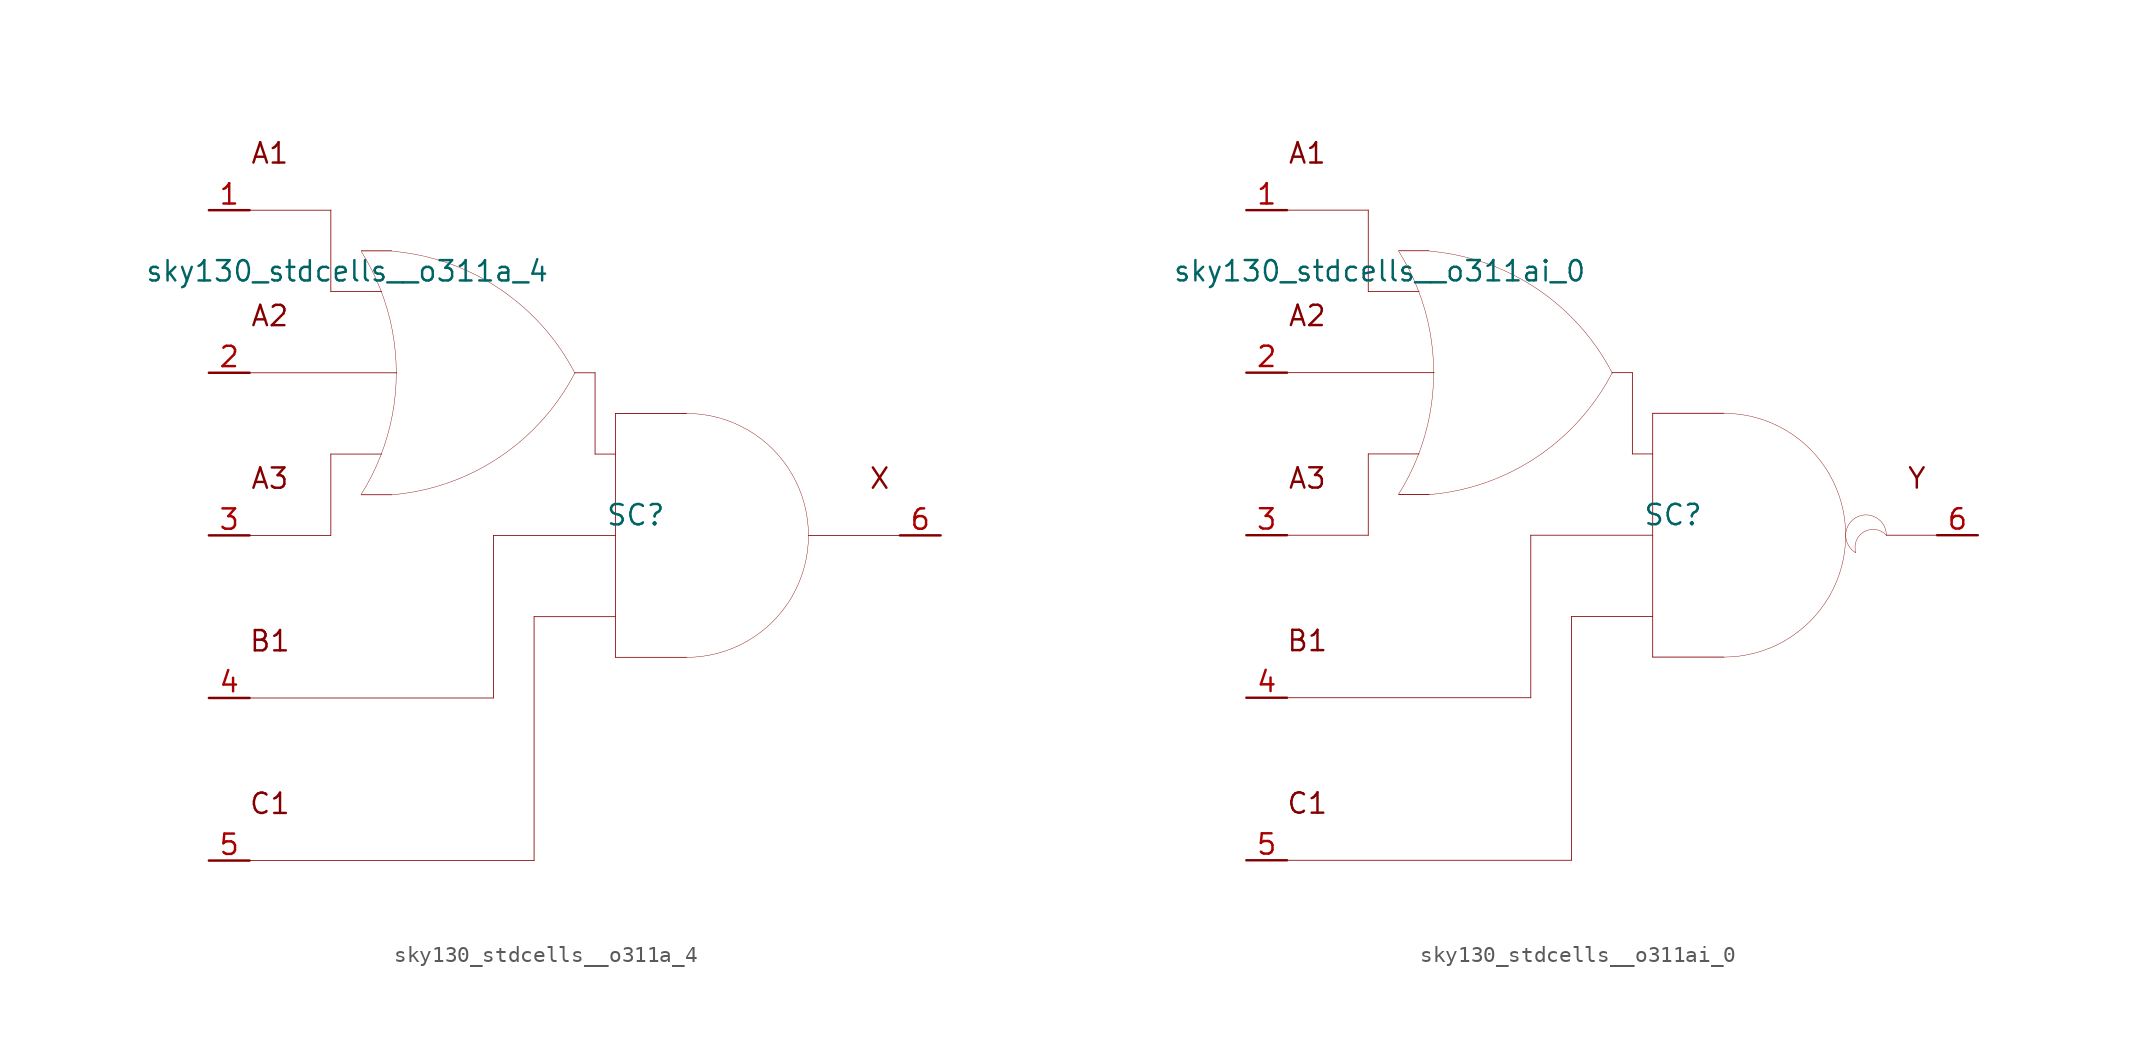
<source format=kicad_sym>
(kicad_symbol_lib
  (version 20211014)
  (generator kicad_symbol_editor)
  (symbol "sky130_stdcells__o311a_4"
    (pin_names hide)
    (property "Reference" "SC"
      (at 3.81 1.27 0)
      (effects (font (size 1.27 1.27))))
    (property "Value" "sky130_stdcells__o311a_4"
      (at -1.575 16.51 0)
      (effects (font (size 1.27 1.27)) (justify right)))
    (symbol "sky130_stdcells__o311a_4_0_0"
      (arc (start -13.3555 2.5458) (mid -12.698 3.702) (end -12.1512 4.9144) (stroke (width 0.0254) (type default) (color 0 0 0 0)) (fill (type none)))
      (arc (start -12.1512 4.9144) (mid -11.7163 6.1845) (end -11.403 7.4899) (stroke (width 0.0254) (type default) (color 0 0 0 0)) (fill (type none)))
      (arc (start -12.133 15.3593) (mid -12.6812 16.5848) (end -13.3423 17.7532) (stroke (width 0.0254) (type default) (color 0 0 0 0)) (fill (type none)))
      (arc (start -11.435 2.5369) (mid -4.741 4.8614) (end -0.0041 10.1316) (stroke (width 0.0254) (type default) (color 0 0 0 0)) (fill (type none)))
      (arc (start -11.403 7.4899) (mid -11.2138 8.819) (end -11.1506 10.16) (stroke (width 0.0254) (type default) (color 0 0 0 0)) (fill (type none)))
      (arc (start -11.3984 12.8056) (mid -11.7061 14.0996) (end -12.133 15.3593) (stroke (width 0.0254) (type default) (color 0 0 0 0)) (fill (type none)))
      (arc (start -11.1506 10.16) (mid -11.2127 11.4886) (end -11.3984 12.8056) (stroke (width 0.0254) (type default) (color 0 0 0 0)) (fill (type none)))
      (polyline (pts (xy -20.32 -20.32) (xy -2.54 -20.32)) (stroke (width 0.051) (type default) (color 0 0 0 0)) (fill (type none)))
      (polyline (pts (xy -20.32 -10.16) (xy -5.08 -10.16)) (stroke (width 0.051) (type default) (color 0 0 0 0)) (fill (type none)))
      (polyline (pts (xy -20.32 0) (xy -15.24 0)) (stroke (width 0.051) (type default) (color 0 0 0 0)) (fill (type none)))
      (polyline (pts (xy -20.32 10.16) (xy -11.125 10.16)) (stroke (width 0.051) (type default) (color 0 0 0 0)) (fill (type none)))
      (polyline (pts (xy -20.32 20.32) (xy -15.24 20.32)) (stroke (width 0.051) (type default) (color 0 0 0 0)) (fill (type none)))
      (polyline (pts (xy -15.24 5.08) (xy -15.24 0)) (stroke (width 0.051) (type default) (color 0 0 0 0)) (fill (type none)))
      (polyline (pts (xy -15.24 5.08) (xy -12.065 5.08)) (stroke (width 0.051) (type default) (color 0 0 0 0)) (fill (type none)))
      (polyline (pts (xy -15.24 15.24) (xy -12.065 15.24)) (stroke (width 0.051) (type default) (color 0 0 0 0)) (fill (type none)))
      (polyline (pts (xy -15.24 20.32) (xy -15.24 15.24)) (stroke (width 0.051) (type default) (color 0 0 0 0)) (fill (type none)))
      (polyline (pts (xy -13.335 2.54) (xy -11.43 2.54)) (stroke (width 0.051) (type default) (color 0 0 0 0)) (fill (type none)))
      (polyline (pts (xy -13.335 17.78) (xy -11.43 17.78)) (stroke (width 0.051) (type default) (color 0 0 0 0)) (fill (type none)))
      (polyline (pts (xy -5.08 0) (xy -5.08 -10.16)) (stroke (width 0.051) (type default) (color 0 0 0 0)) (fill (type none)))
      (polyline (pts (xy -5.08 0) (xy 2.54 0)) (stroke (width 0.051) (type default) (color 0 0 0 0)) (fill (type none)))
      (polyline (pts (xy -2.54 -5.08) (xy -2.54 -20.32)) (stroke (width 0.051) (type default) (color 0 0 0 0)) (fill (type none)))
      (polyline (pts (xy -2.54 -5.08) (xy 2.54 -5.08)) (stroke (width 0.051) (type default) (color 0 0 0 0)) (fill (type none)))
      (polyline (pts (xy 0 10.16) (xy 1.27 10.16)) (stroke (width 0.051) (type default) (color 0 0 0 0)) (fill (type none)))
      (polyline (pts (xy 1.27 5.08) (xy 2.54 5.08)) (stroke (width 0.051) (type default) (color 0 0 0 0)) (fill (type none)))
      (polyline (pts (xy 1.27 10.16) (xy 1.27 5.08)) (stroke (width 0.051) (type default) (color 0 0 0 0)) (fill (type none)))
      (polyline (pts (xy 2.54 -7.62) (xy 6.985 -7.62)) (stroke (width 0.051) (type default) (color 0 0 0 0)) (fill (type none)))
      (polyline (pts (xy 2.54 7.62) (xy 2.54 -7.62)) (stroke (width 0.051) (type default) (color 0 0 0 0)) (fill (type none)))
      (polyline (pts (xy 2.54 7.62) (xy 6.985 7.62)) (stroke (width 0.051) (type default) (color 0 0 0 0)) (fill (type none)))
      (polyline (pts (xy 14.605 0) (xy 20.32 0)) (stroke (width 0.051) (type default) (color 0 0 0 0)) (fill (type none)))
      (arc (start 0.0187 10.119) (mid -4.6998 15.4056) (end -11.3856 17.7535) (stroke (width 0.0254) (type default) (color 0 0 0 0)) (fill (type none)))
      (arc (start 6.985 -7.62) (mid 8.9572 -7.3604) (end 10.795 -6.5991) (stroke (width 0.0254) (type default) (color 0 0 0 0)) (fill (type none)))
      (arc (start 10.795 -6.5991) (mid 12.3731 -5.3881) (end 13.5841 -3.81) (stroke (width 0.0254) (type default) (color 0 0 0 0)) (fill (type none)))
      (arc (start 10.795 6.5991) (mid 8.9572 7.3603) (end 6.985 7.62) (stroke (width 0.0254) (type default) (color 0 0 0 0)) (fill (type none)))
      (arc (start 13.5841 -3.81) (mid 14.3453 -1.9722) (end 14.605 0) (stroke (width 0.0254) (type default) (color 0 0 0 0)) (fill (type none)))
      (arc (start 13.5841 3.81) (mid 12.3731 5.3881) (end 10.795 6.5991) (stroke (width 0.0254) (type default) (color 0 0 0 0)) (fill (type none)))
      (arc (start 14.605 0) (mid 14.3454 1.9722) (end 13.5841 3.81) (stroke (width 0.0254) (type default) (color 0 0 0 0)) (fill (type none)))
      (text "A1" (at -19.05 23.876 0) (effects (font (size 1.27 1.27))))
      (text "A2" (at -19.05 13.716 0) (effects (font (size 1.27 1.27))))
      (text "A3" (at -19.05 3.556 0) (effects (font (size 1.27 1.27))))
      (text "B1" (at -19.05 -6.604 0) (effects (font (size 1.27 1.27))))
      (text "C1" (at -19.05 -16.764 0) (effects (font (size 1.27 1.27))))
      (text "X" (at 19.05 3.556 0) (effects (font (size 1.27 1.27)))))
    (symbol "sky130_stdcells__o311a_4_1_1"
      (pin input line (at -22.86 20.32 0) (length 2.54) (name "A1" (effects (font (size 1.092 1.092)))) (number "1" (effects (font (size 1.27 1.27)))))
      (pin input line (at -22.86 10.16 0) (length 2.54) (name "A2" (effects (font (size 1.092 1.092)))) (number "2" (effects (font (size 1.27 1.27)))))
      (pin input line (at -22.86 0 0) (length 2.54) (name "A3" (effects (font (size 1.092 1.092)))) (number "3" (effects (font (size 1.27 1.27)))))
      (pin input line (at -22.86 -10.16 0) (length 2.54) (name "B1" (effects (font (size 1.092 1.092)))) (number "4" (effects (font (size 1.27 1.27)))))
      (pin input line (at -22.86 -20.32 0) (length 2.54) (name "C1" (effects (font (size 1.092 1.092)))) (number "5" (effects (font (size 1.27 1.27)))))
      (pin output line (at 22.86 0 180) (length 2.54) (name "X" (effects (font (size 1.092 1.092)))) (number "6" (effects (font (size 1.27 1.27)))))))
  (symbol "sky130_stdcells__o311ai_0"
    (pin_names hide)
    (property "Reference" "SC"
      (at 3.81 1.27 0)
      (effects (font (size 1.27 1.27))))
    (property "Value" "sky130_stdcells__o311ai_0"
      (at -1.575 16.51 0)
      (effects (font (size 1.27 1.27)) (justify right)))
    (symbol "sky130_stdcells__o311ai_0_0_0"
      (arc (start -13.3555 2.5458) (mid -12.698 3.702) (end -12.1512 4.9144) (stroke (width 0.0254) (type default) (color 0 0 0 0)) (fill (type none)))
      (arc (start -12.1512 4.9144) (mid -11.7163 6.1845) (end -11.403 7.4899) (stroke (width 0.0254) (type default) (color 0 0 0 0)) (fill (type none)))
      (arc (start -12.133 15.3593) (mid -12.6812 16.5848) (end -13.3423 17.7532) (stroke (width 0.0254) (type default) (color 0 0 0 0)) (fill (type none)))
      (arc (start -11.435 2.5369) (mid -4.741 4.8614) (end -0.0041 10.1316) (stroke (width 0.0254) (type default) (color 0 0 0 0)) (fill (type none)))
      (arc (start -11.403 7.4899) (mid -11.2138 8.819) (end -11.1506 10.16) (stroke (width 0.0254) (type default) (color 0 0 0 0)) (fill (type none)))
      (arc (start -11.3984 12.8056) (mid -11.7061 14.0996) (end -12.133 15.3593) (stroke (width 0.0254) (type default) (color 0 0 0 0)) (fill (type none)))
      (arc (start -11.1506 10.16) (mid -11.2127 11.4886) (end -11.3984 12.8056) (stroke (width 0.0254) (type default) (color 0 0 0 0)) (fill (type none)))
      (polyline (pts (xy -20.32 -20.32) (xy -2.54 -20.32)) (stroke (width 0.051) (type default) (color 0 0 0 0)) (fill (type none)))
      (polyline (pts (xy -20.32 -10.16) (xy -5.08 -10.16)) (stroke (width 0.051) (type default) (color 0 0 0 0)) (fill (type none)))
      (polyline (pts (xy -20.32 0) (xy -15.24 0)) (stroke (width 0.051) (type default) (color 0 0 0 0)) (fill (type none)))
      (polyline (pts (xy -20.32 10.16) (xy -11.125 10.16)) (stroke (width 0.051) (type default) (color 0 0 0 0)) (fill (type none)))
      (polyline (pts (xy -20.32 20.32) (xy -15.24 20.32)) (stroke (width 0.051) (type default) (color 0 0 0 0)) (fill (type none)))
      (polyline (pts (xy -15.24 5.08) (xy -15.24 0)) (stroke (width 0.051) (type default) (color 0 0 0 0)) (fill (type none)))
      (polyline (pts (xy -15.24 5.08) (xy -12.065 5.08)) (stroke (width 0.051) (type default) (color 0 0 0 0)) (fill (type none)))
      (polyline (pts (xy -15.24 15.24) (xy -12.065 15.24)) (stroke (width 0.051) (type default) (color 0 0 0 0)) (fill (type none)))
      (polyline (pts (xy -15.24 20.32) (xy -15.24 15.24)) (stroke (width 0.051) (type default) (color 0 0 0 0)) (fill (type none)))
      (polyline (pts (xy -13.335 2.54) (xy -11.43 2.54)) (stroke (width 0.051) (type default) (color 0 0 0 0)) (fill (type none)))
      (polyline (pts (xy -13.335 17.78) (xy -11.43 17.78)) (stroke (width 0.051) (type default) (color 0 0 0 0)) (fill (type none)))
      (polyline (pts (xy -5.08 0) (xy -5.08 -10.16)) (stroke (width 0.051) (type default) (color 0 0 0 0)) (fill (type none)))
      (polyline (pts (xy -5.08 0) (xy 2.54 0)) (stroke (width 0.051) (type default) (color 0 0 0 0)) (fill (type none)))
      (polyline (pts (xy -2.54 -5.08) (xy -2.54 -20.32)) (stroke (width 0.051) (type default) (color 0 0 0 0)) (fill (type none)))
      (polyline (pts (xy -2.54 -5.08) (xy 2.54 -5.08)) (stroke (width 0.051) (type default) (color 0 0 0 0)) (fill (type none)))
      (polyline (pts (xy 0 10.16) (xy 1.27 10.16)) (stroke (width 0.051) (type default) (color 0 0 0 0)) (fill (type none)))
      (polyline (pts (xy 1.27 5.08) (xy 2.54 5.08)) (stroke (width 0.051) (type default) (color 0 0 0 0)) (fill (type none)))
      (polyline (pts (xy 1.27 10.16) (xy 1.27 5.08)) (stroke (width 0.051) (type default) (color 0 0 0 0)) (fill (type none)))
      (polyline (pts (xy 2.54 -7.62) (xy 6.985 -7.62)) (stroke (width 0.051) (type default) (color 0 0 0 0)) (fill (type none)))
      (polyline (pts (xy 2.54 7.62) (xy 2.54 -7.62)) (stroke (width 0.051) (type default) (color 0 0 0 0)) (fill (type none)))
      (polyline (pts (xy 2.54 7.62) (xy 6.985 7.62)) (stroke (width 0.051) (type default) (color 0 0 0 0)) (fill (type none)))
      (polyline (pts (xy 17.145 0) (xy 20.32 0)) (stroke (width 0.051) (type default) (color 0 0 0 0)) (fill (type none)))
      (arc (start 0.0187 10.119) (mid -4.6998 15.4056) (end -11.3856 17.7535) (stroke (width 0.0254) (type default) (color 0 0 0 0)) (fill (type none)))
      (arc (start 6.985 -7.62) (mid 8.9572 -7.3604) (end 10.795 -6.5991) (stroke (width 0.0254) (type default) (color 0 0 0 0)) (fill (type none)))
      (arc (start 10.795 -6.5991) (mid 12.3731 -5.3881) (end 13.5841 -3.81) (stroke (width 0.0254) (type default) (color 0 0 0 0)) (fill (type none)))
      (arc (start 10.795 6.5991) (mid 8.9572 7.3603) (end 6.985 7.62) (stroke (width 0.0254) (type default) (color 0 0 0 0)) (fill (type none)))
      (arc (start 13.5841 -3.81) (mid 14.3453 -1.9722) (end 14.605 0) (stroke (width 0.0254) (type default) (color 0 0 0 0)) (fill (type none)))
      (arc (start 13.5841 3.81) (mid 12.3731 5.3881) (end 10.795 6.5991) (stroke (width 0.0254) (type default) (color 0 0 0 0)) (fill (type none)))
      (arc (start 14.605 0) (mid 14.3454 1.9722) (end 13.5841 3.81) (stroke (width 0.0254) (type default) (color 0 0 0 0)) (fill (type none)))
      (arc (start 15.24 1.0999) (mid 14.605 0) (end 15.24 -1.0999) (stroke (width 0.0254) (type default) (color 0 0 0 0)) (fill (type none)))
      (arc (start 17.145 0) (mid 15.2881 0.4743) (end 15.24 -1.0999) (stroke (width 0.0254) (type default) (color 0 0 0 0)) (fill (type none)))
      (arc (start 17.145 0) (mid 16.51 1.0998) (end 15.24 1.0999) (stroke (width 0.0254) (type default) (color 0 0 0 0)) (fill (type none)))
      (text "A1" (at -19.05 23.876 0) (effects (font (size 1.27 1.27))))
      (text "A2" (at -19.05 13.716 0) (effects (font (size 1.27 1.27))))
      (text "A3" (at -19.05 3.556 0) (effects (font (size 1.27 1.27))))
      (text "B1" (at -19.05 -6.604 0) (effects (font (size 1.27 1.27))))
      (text "C1" (at -19.05 -16.764 0) (effects (font (size 1.27 1.27))))
      (text "Y" (at 19.05 3.556 0) (effects (font (size 1.27 1.27)))))
    (symbol "sky130_stdcells__o311ai_0_1_1"
      (pin input line (at -22.86 20.32 0) (length 2.54) (name "A1" (effects (font (size 1.092 1.092)))) (number "1" (effects (font (size 1.27 1.27)))))
      (pin input line (at -22.86 10.16 0) (length 2.54) (name "A2" (effects (font (size 1.092 1.092)))) (number "2" (effects (font (size 1.27 1.27)))))
      (pin input line (at -22.86 0 0) (length 2.54) (name "A3" (effects (font (size 1.092 1.092)))) (number "3" (effects (font (size 1.27 1.27)))))
      (pin input line (at -22.86 -10.16 0) (length 2.54) (name "B1" (effects (font (size 1.092 1.092)))) (number "4" (effects (font (size 1.27 1.27)))))
      (pin input line (at -22.86 -20.32 0) (length 2.54) (name "C1" (effects (font (size 1.092 1.092)))) (number "5" (effects (font (size 1.27 1.27)))))
      (pin output line (at 22.86 0 180) (length 2.54) (name "Y" (effects (font (size 1.092 1.092)))) (number "6" (effects (font (size 1.27 1.27))))))))
</source>
